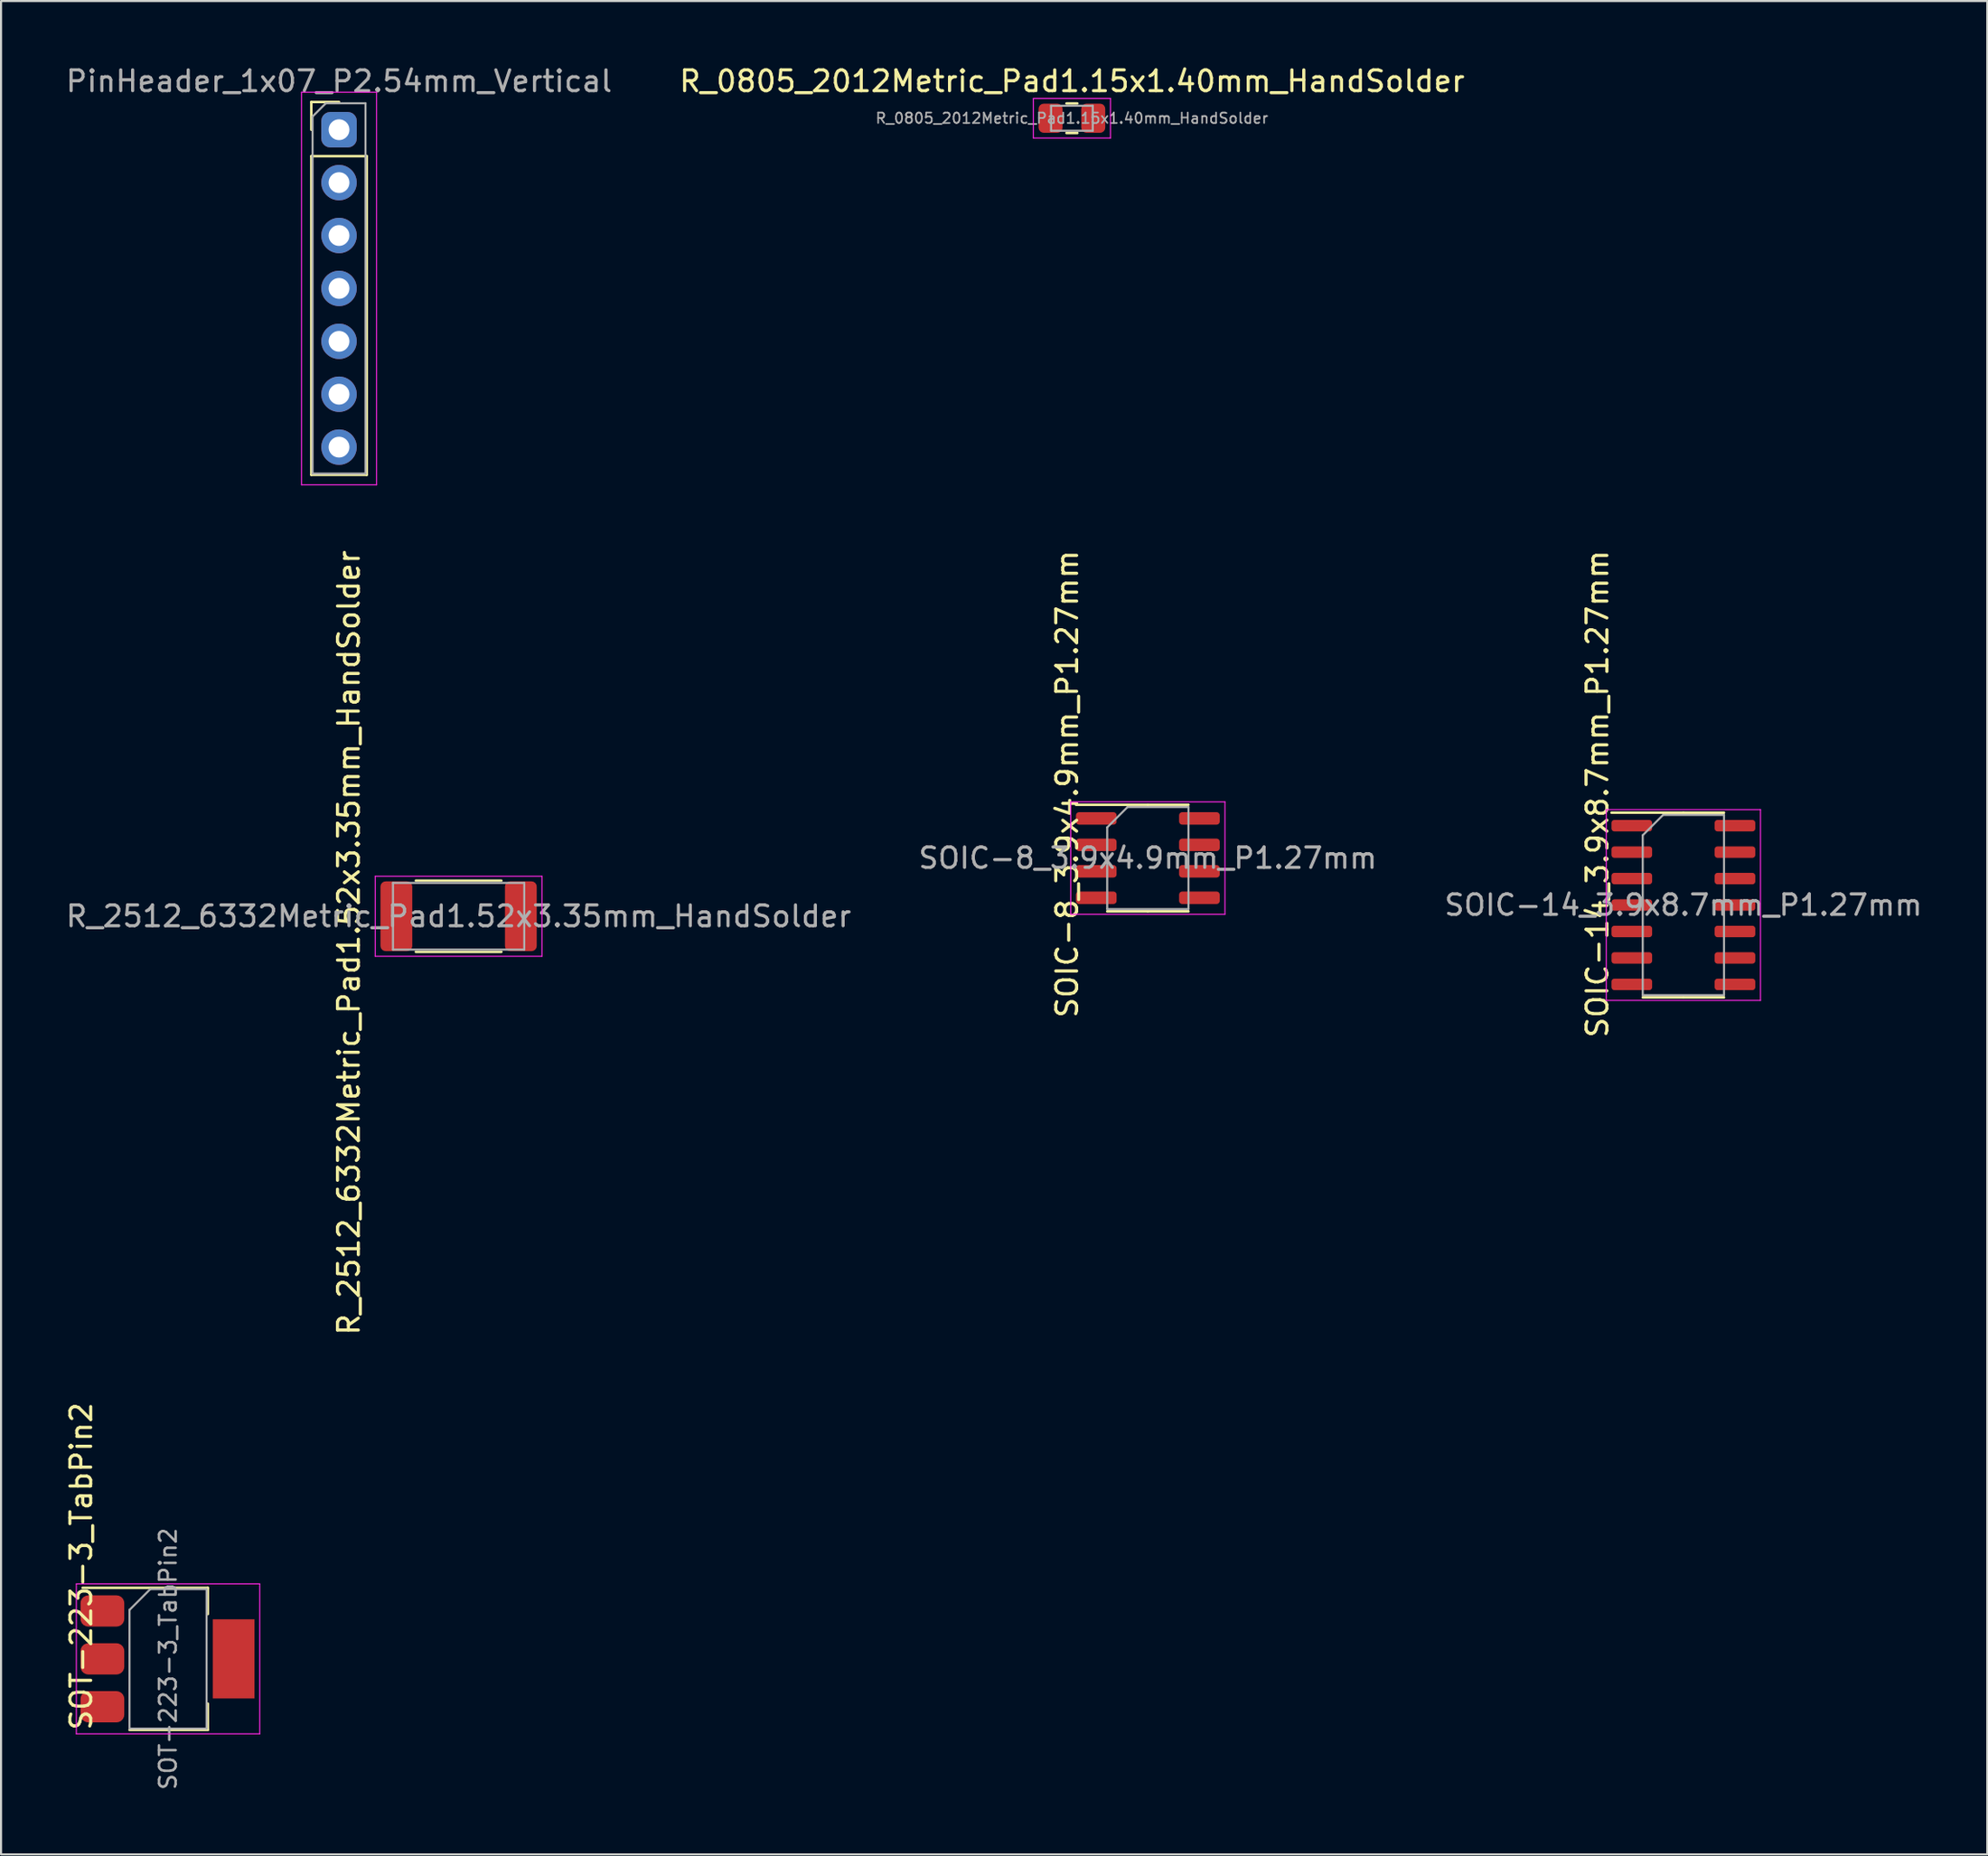
<source format=kicad_pcb>
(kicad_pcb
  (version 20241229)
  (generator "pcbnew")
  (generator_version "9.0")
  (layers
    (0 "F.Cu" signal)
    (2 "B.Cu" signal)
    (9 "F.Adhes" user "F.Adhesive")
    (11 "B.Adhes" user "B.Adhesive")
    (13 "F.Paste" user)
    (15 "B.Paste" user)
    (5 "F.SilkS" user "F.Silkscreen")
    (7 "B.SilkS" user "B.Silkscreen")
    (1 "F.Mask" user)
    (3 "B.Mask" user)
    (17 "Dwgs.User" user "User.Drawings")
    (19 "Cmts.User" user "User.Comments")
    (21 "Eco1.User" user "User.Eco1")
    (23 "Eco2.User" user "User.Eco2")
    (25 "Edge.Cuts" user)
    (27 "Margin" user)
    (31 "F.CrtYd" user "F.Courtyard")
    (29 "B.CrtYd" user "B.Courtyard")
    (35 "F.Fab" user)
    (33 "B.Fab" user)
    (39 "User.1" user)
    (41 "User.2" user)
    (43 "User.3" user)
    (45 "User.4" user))
  (footprint "SOIC-14_3.9x8.7mm_P1.27mm"
    (layer "F.Cu")
    (at 77.734 40.403)
    (property "Reference" "SOIC-14_3.9x8.7mm_P1.27mm" (at -4.126 -5.334 90) (layer "F.SilkS") (effects (font (size 1 1) (thickness 0.15))))
    (attr smd)
    (fp_line (start 0 -4.435) (end -3.45 -4.435) (stroke (width 0.12) (type solid)) (layer "F.SilkS"))
    (fp_line (start 0 -4.435) (end 1.95 -4.435) (stroke (width 0.12) (type solid)) (layer "F.SilkS"))
    (fp_line (start 0 4.435) (end -1.95 4.435) (stroke (width 0.12) (type solid)) (layer "F.SilkS"))
    (fp_line (start 0 4.435) (end 1.95 4.435) (stroke (width 0.12) (type solid)) (layer "F.SilkS"))
    (fp_line (start -3.7 -4.58) (end -3.7 4.58) (stroke (width 0.05) (type solid)) (layer "F.CrtYd"))
    (fp_line (start -3.7 4.58) (end 3.7 4.58) (stroke (width 0.05) (type solid)) (layer "F.CrtYd"))
    (fp_line (start 3.7 -4.58) (end -3.7 -4.58) (stroke (width 0.05) (type solid)) (layer "F.CrtYd"))
    (fp_line (start 3.7 4.58) (end 3.7 -4.58) (stroke (width 0.05) (type solid)) (layer "F.CrtYd"))
    (fp_line (start -1.95 -3.35) (end -0.975 -4.325) (stroke (width 0.1) (type solid)) (layer "F.Fab"))
    (fp_line (start -1.95 4.325) (end -1.95 -3.35) (stroke (width 0.1) (type solid)) (layer "F.Fab"))
    (fp_line (start -0.975 -4.325) (end 1.95 -4.325) (stroke (width 0.1) (type solid)) (layer "F.Fab"))
    (fp_line (start 1.95 -4.325) (end 1.95 4.325) (stroke (width 0.1) (type solid)) (layer "F.Fab"))
    (fp_line (start 1.95 4.325) (end -1.95 4.325) (stroke (width 0.1) (type solid)) (layer "F.Fab"))
    (fp_text user "${REFERENCE}" (at 0 0 0) (layer "F.Fab") (effects (font (size 0.98 0.98) (thickness 0.15))))
    (pad "1" smd roundrect (at -2.475 -3.81) (size 1.95 0.55) (layers "F.Cu" "F.Mask" "F.Paste") (roundrect_rratio 0.25))
    (pad "2" smd roundrect (at -2.475 -2.54) (size 1.95 0.55) (layers "F.Cu" "F.Mask" "F.Paste") (roundrect_rratio 0.25))
    (pad "3" smd roundrect (at -2.475 -1.27) (size 1.95 0.55) (layers "F.Cu" "F.Mask" "F.Paste") (roundrect_rratio 0.25))
    (pad "4" smd roundrect (at -2.475 0) (size 1.95 0.55) (layers "F.Cu" "F.Mask" "F.Paste") (roundrect_rratio 0.25))
    (pad "5" smd roundrect (at -2.475 1.27) (size 1.95 0.55) (layers "F.Cu" "F.Mask" "F.Paste") (roundrect_rratio 0.25))
    (pad "6" smd roundrect (at -2.475 2.54) (size 1.95 0.55) (layers "F.Cu" "F.Mask" "F.Paste") (roundrect_rratio 0.25))
    (pad "7" smd roundrect (at -2.475 3.81) (size 1.95 0.55) (layers "F.Cu" "F.Mask" "F.Paste") (roundrect_rratio 0.25))
    (pad "8" smd roundrect (at 2.475 3.81) (size 1.95 0.55) (layers "F.Cu" "F.Mask" "F.Paste") (roundrect_rratio 0.25))
    (pad "9" smd roundrect (at 2.475 2.54) (size 1.95 0.55) (layers "F.Cu" "F.Mask" "F.Paste") (roundrect_rratio 0.25))
    (pad "10" smd roundrect (at 2.475 1.27) (size 1.95 0.55) (layers "F.Cu" "F.Mask" "F.Paste") (roundrect_rratio 0.25))
    (pad "11" smd roundrect (at 2.475 0) (size 1.95 0.55) (layers "F.Cu" "F.Mask" "F.Paste") (roundrect_rratio 0.25))
    (pad "12" smd roundrect (at 2.475 -1.27) (size 1.95 0.55) (layers "F.Cu" "F.Mask" "F.Paste") (roundrect_rratio 0.25))
    (pad "13" smd roundrect (at 2.475 -2.54) (size 1.95 0.55) (layers "F.Cu" "F.Mask" "F.Paste") (roundrect_rratio 0.25))
    (pad "14" smd roundrect (at 2.475 -3.81) (size 1.95 0.55) (layers "F.Cu" "F.Mask" "F.Paste") (roundrect_rratio 0.25)))
  (footprint "R_0805_2012Metric_Pad1.15x1.40mm_HandSolder"
    (layer "F.Cu")
    (at 48.39 2.626)
    (property "Reference" "R_0805_2012Metric_Pad1.15x1.40mm_HandSolder" (at 0.009 -1.778 0) (layer "F.SilkS") (effects (font (size 1 1) (thickness 0.15))))
    (attr smd)
    (fp_line (start -0.261 -0.71) (end 0.261 -0.71) (stroke (width 0.12) (type solid)) (layer "F.SilkS"))
    (fp_line (start -0.261 0.71) (end 0.261 0.71) (stroke (width 0.12) (type solid)) (layer "F.SilkS"))
    (fp_line (start -1.85 -0.95) (end 1.85 -0.95) (stroke (width 0.05) (type solid)) (layer "F.CrtYd"))
    (fp_line (start -1.85 0.95) (end -1.85 -0.95) (stroke (width 0.05) (type solid)) (layer "F.CrtYd"))
    (fp_line (start 1.85 -0.95) (end 1.85 0.95) (stroke (width 0.05) (type solid)) (layer "F.CrtYd"))
    (fp_line (start 1.85 0.95) (end -1.85 0.95) (stroke (width 0.05) (type solid)) (layer "F.CrtYd"))
    (fp_line (start -1 -0.6) (end 1 -0.6) (stroke (width 0.1) (type solid)) (layer "F.Fab"))
    (fp_line (start -1 0.6) (end -1 -0.6) (stroke (width 0.1) (type solid)) (layer "F.Fab"))
    (fp_line (start 1 -0.6) (end 1 0.6) (stroke (width 0.1) (type solid)) (layer "F.Fab"))
    (fp_line (start 1 0.6) (end -1 0.6) (stroke (width 0.1) (type solid)) (layer "F.Fab"))
    (fp_text user "${REFERENCE}" (at 0 0 0) (layer "F.Fab") (effects (font (size 0.5 0.5) (thickness 0.08))))
    (pad "1" smd roundrect (at -1.025 0) (size 1.15 1.4) (layers "F.Cu" "F.Mask" "F.Paste") (roundrect_rratio 0.217))
    (pad "2" smd roundrect (at 1.025 0) (size 1.15 1.4) (layers "F.Cu" "F.Mask" "F.Paste") (roundrect_rratio 0.217)))
  (footprint "R_2512_6332Metric_Pad1.52x3.35mm_HandSolder"
    (layer "F.Cu")
    (at 18.958 40.942)
    (property "Reference" "R_2512_6332Metric_Pad1.52x3.35mm_HandSolder" (at -5.268 1.27 270) (layer "F.SilkS") (effects (font (size 1 1) (thickness 0.15))))
    (attr smd)
    (fp_line (start -2.052 -1.71) (end 2.052 -1.71) (stroke (width 0.12) (type solid)) (layer "F.SilkS"))
    (fp_line (start -2.052 1.71) (end 2.052 1.71) (stroke (width 0.12) (type solid)) (layer "F.SilkS"))
    (fp_line (start -4 -1.92) (end 4 -1.92) (stroke (width 0.05) (type solid)) (layer "F.CrtYd"))
    (fp_line (start -4 1.92) (end -4 -1.92) (stroke (width 0.05) (type solid)) (layer "F.CrtYd"))
    (fp_line (start 4 -1.92) (end 4 1.92) (stroke (width 0.05) (type solid)) (layer "F.CrtYd"))
    (fp_line (start 4 1.92) (end -4 1.92) (stroke (width 0.05) (type solid)) (layer "F.CrtYd"))
    (fp_line (start -3.15 -1.6) (end 3.15 -1.6) (stroke (width 0.1) (type solid)) (layer "F.Fab"))
    (fp_line (start -3.15 1.6) (end -3.15 -1.6) (stroke (width 0.1) (type solid)) (layer "F.Fab"))
    (fp_line (start 3.15 -1.6) (end 3.15 1.6) (stroke (width 0.1) (type solid)) (layer "F.Fab"))
    (fp_line (start 3.15 1.6) (end -3.15 1.6) (stroke (width 0.1) (type solid)) (layer "F.Fab"))
    (fp_text user "${REFERENCE}" (at 0 0 0) (layer "F.Fab") (effects (font (size 1 1) (thickness 0.15))))
    (pad "1" smd roundrect (at -2.987 0) (size 1.525 3.35) (layers "F.Cu" "F.Mask" "F.Paste") (roundrect_rratio 0.164))
    (pad "2" smd roundrect (at 2.987 0) (size 1.525 3.35) (layers "F.Cu" "F.Mask" "F.Paste") (roundrect_rratio 0.164)))
  (footprint "PinHeader_1x07_P2.54mm_Vertical"
    (layer "F.Cu")
    (at 13.22 3.178)
    (property "Reference" "PinHeader_1x07_P2.54mm_Vertical" (at 0 -2.33 180) (layer "F.Fab") (effects (font (size 1 1) (thickness 0.15))))
    (attr through_hole)
    (fp_line (start -1.33 -1.33) (end 0 -1.33) (stroke (width 0.12) (type solid)) (layer "F.SilkS"))
    (fp_line (start -1.33 0) (end -1.33 -1.33) (stroke (width 0.12) (type solid)) (layer "F.SilkS"))
    (fp_line (start -1.33 1.27) (end -1.33 16.57) (stroke (width 0.12) (type solid)) (layer "F.SilkS"))
    (fp_line (start -1.33 1.27) (end 1.33 1.27) (stroke (width 0.12) (type solid)) (layer "F.SilkS"))
    (fp_line (start -1.33 16.57) (end 1.33 16.57) (stroke (width 0.12) (type solid)) (layer "F.SilkS"))
    (fp_line (start 1.33 1.27) (end 1.33 16.57) (stroke (width 0.12) (type solid)) (layer "F.SilkS"))
    (fp_line (start -1.8 -1.8) (end -1.8 17.05) (stroke (width 0.05) (type solid)) (layer "F.CrtYd"))
    (fp_line (start -1.8 17.05) (end 1.8 17.05) (stroke (width 0.05) (type solid)) (layer "F.CrtYd"))
    (fp_line (start 1.8 -1.8) (end -1.8 -1.8) (stroke (width 0.05) (type solid)) (layer "F.CrtYd"))
    (fp_line (start 1.8 17.05) (end 1.8 -1.8) (stroke (width 0.05) (type solid)) (layer "F.CrtYd"))
    (fp_line (start -1.27 -0.635) (end -0.635 -1.27) (stroke (width 0.1) (type solid)) (layer "F.Fab"))
    (fp_line (start -1.27 16.51) (end -1.27 -0.635) (stroke (width 0.1) (type solid)) (layer "F.Fab"))
    (fp_line (start -0.635 -1.27) (end 1.27 -1.27) (stroke (width 0.1) (type solid)) (layer "F.Fab"))
    (fp_line (start 1.27 -1.27) (end 1.27 16.51) (stroke (width 0.1) (type solid)) (layer "F.Fab"))
    (fp_line (start 1.27 16.51) (end -1.27 16.51) (stroke (width 0.1) (type solid)) (layer "F.Fab"))
    (pad "1" thru_hole roundrect (at 0 0) (size 1.7 1.7) (drill 1) (layers "*.Cu" "*.Mask") (roundrect_rratio 0.25))
    (pad "2" thru_hole oval (at 0 2.54) (size 1.7 1.7) (drill 1) (layers "*.Cu" "*.Mask"))
    (pad "3" thru_hole oval (at 0 5.08) (size 1.7 1.7) (drill 1) (layers "*.Cu" "*.Mask"))
    (pad "4" thru_hole oval (at 0 7.62) (size 1.7 1.7) (drill 1) (layers "*.Cu" "*.Mask"))
    (pad "5" thru_hole oval (at 0 10.16) (size 1.7 1.7) (drill 1) (layers "*.Cu" "*.Mask"))
    (pad "6" thru_hole oval (at 0 12.7) (size 1.7 1.7) (drill 1) (layers "*.Cu" "*.Mask"))
    (pad "7" thru_hole oval (at 0 15.24) (size 1.7 1.7) (drill 1) (layers "*.Cu" "*.Mask")))
  (footprint "SOIC-8_3.9x4.9mm_P1.27mm"
    (layer "F.Cu")
    (at 52.034 38.149)
    (property "Reference" "SOIC-8_3.9x4.9mm_P1.27mm" (at -3.872 -3.556 90) (layer "F.SilkS") (effects (font (size 1 1) (thickness 0.15))))
    (attr smd)
    (fp_line (start 0 -2.56) (end -3.45 -2.56) (stroke (width 0.12) (type solid)) (layer "F.SilkS"))
    (fp_line (start 0 -2.56) (end 1.95 -2.56) (stroke (width 0.12) (type solid)) (layer "F.SilkS"))
    (fp_line (start 0 2.56) (end -1.95 2.56) (stroke (width 0.12) (type solid)) (layer "F.SilkS"))
    (fp_line (start 0 2.56) (end 1.95 2.56) (stroke (width 0.12) (type solid)) (layer "F.SilkS"))
    (fp_line (start -3.7 -2.7) (end -3.7 2.7) (stroke (width 0.05) (type solid)) (layer "F.CrtYd"))
    (fp_line (start -3.7 2.7) (end 3.7 2.7) (stroke (width 0.05) (type solid)) (layer "F.CrtYd"))
    (fp_line (start 3.7 -2.7) (end -3.7 -2.7) (stroke (width 0.05) (type solid)) (layer "F.CrtYd"))
    (fp_line (start 3.7 2.7) (end 3.7 -2.7) (stroke (width 0.05) (type solid)) (layer "F.CrtYd"))
    (fp_line (start -1.95 -1.475) (end -0.975 -2.45) (stroke (width 0.1) (type solid)) (layer "F.Fab"))
    (fp_line (start -1.95 2.45) (end -1.95 -1.475) (stroke (width 0.1) (type solid)) (layer "F.Fab"))
    (fp_line (start -0.975 -2.45) (end 1.95 -2.45) (stroke (width 0.1) (type solid)) (layer "F.Fab"))
    (fp_line (start 1.95 -2.45) (end 1.95 2.45) (stroke (width 0.1) (type solid)) (layer "F.Fab"))
    (fp_line (start 1.95 2.45) (end -1.95 2.45) (stroke (width 0.1) (type solid)) (layer "F.Fab"))
    (fp_text user "${REFERENCE}" (at 0 0 0) (layer "F.Fab") (effects (font (size 0.98 0.98) (thickness 0.15))))
    (pad "1" smd roundrect (at -2.475 -1.905) (size 1.95 0.6) (layers "F.Cu" "F.Mask" "F.Paste") (roundrect_rratio 0.25))
    (pad "2" smd roundrect (at -2.475 -0.635) (size 1.95 0.6) (layers "F.Cu" "F.Mask" "F.Paste") (roundrect_rratio 0.25))
    (pad "3" smd roundrect (at -2.475 0.635) (size 1.95 0.6) (layers "F.Cu" "F.Mask" "F.Paste") (roundrect_rratio 0.25))
    (pad "4" smd roundrect (at -2.475 1.905) (size 1.95 0.6) (layers "F.Cu" "F.Mask" "F.Paste") (roundrect_rratio 0.25))
    (pad "5" smd roundrect (at 2.475 1.905) (size 1.95 0.6) (layers "F.Cu" "F.Mask" "F.Paste") (roundrect_rratio 0.25))
    (pad "6" smd roundrect (at 2.475 0.635) (size 1.95 0.6) (layers "F.Cu" "F.Mask" "F.Paste") (roundrect_rratio 0.25))
    (pad "7" smd roundrect (at 2.475 -0.635) (size 1.95 0.6) (layers "F.Cu" "F.Mask" "F.Paste") (roundrect_rratio 0.25))
    (pad "8" smd roundrect (at 2.475 -1.905) (size 1.95 0.6) (layers "F.Cu" "F.Mask" "F.Paste") (roundrect_rratio 0.25)))
  (footprint "SOT-223-3_TabPin2"
    (layer "F.Cu")
    (at 5.014 76.597)
    (property "Reference" "SOT-223-3_TabPin2" (at -4.166 -4.445 90) (layer "F.SilkS") (effects (font (size 1 1) (thickness 0.15))))
    (attr smd)
    (fp_line (start -4.1 -3.41) (end 1.91 -3.41) (stroke (width 0.12) (type solid)) (layer "F.SilkS"))
    (fp_line (start -1.85 3.41) (end 1.91 3.41) (stroke (width 0.12) (type solid)) (layer "F.SilkS"))
    (fp_line (start 1.91 -3.41) (end 1.91 -2.15) (stroke (width 0.12) (type solid)) (layer "F.SilkS"))
    (fp_line (start 1.91 3.41) (end 1.91 2.15) (stroke (width 0.12) (type solid)) (layer "F.SilkS"))
    (fp_line (start -4.4 -3.6) (end -4.4 3.6) (stroke (width 0.05) (type solid)) (layer "F.CrtYd"))
    (fp_line (start -4.4 3.6) (end 4.4 3.6) (stroke (width 0.05) (type solid)) (layer "F.CrtYd"))
    (fp_line (start 4.4 -3.6) (end -4.4 -3.6) (stroke (width 0.05) (type solid)) (layer "F.CrtYd"))
    (fp_line (start 4.4 3.6) (end 4.4 -3.6) (stroke (width 0.05) (type solid)) (layer "F.CrtYd"))
    (fp_line (start -1.85 -2.35) (end -1.85 3.35) (stroke (width 0.1) (type solid)) (layer "F.Fab"))
    (fp_line (start -1.85 -2.35) (end -0.85 -3.35) (stroke (width 0.1) (type solid)) (layer "F.Fab"))
    (fp_line (start -1.85 3.35) (end 1.85 3.35) (stroke (width 0.1) (type solid)) (layer "F.Fab"))
    (fp_line (start -0.85 -3.35) (end 1.85 -3.35) (stroke (width 0.1) (type solid)) (layer "F.Fab"))
    (fp_line (start 1.85 -3.35) (end 1.85 3.35) (stroke (width 0.1) (type solid)) (layer "F.Fab"))
    (fp_text user "${REFERENCE}" (at 0 0 270) (layer "F.Fab") (effects (font (size 0.8 0.8) (thickness 0.12))))
    (pad "1" smd roundrect (at -3.15 -2.3) (size 2.1 1.5) (layers "F.Cu" "F.Mask" "F.Paste") (roundrect_rratio 0.25))
    (pad "2" smd roundrect (at -3.15 0) (size 2.1 1.5) (layers "F.Cu" "F.Mask" "F.Paste") (roundrect_rratio 0.25))
    (pad "2" smd rect (at 3.15 0) (size 2 3.8) (layers "F.Cu" "F.Mask" "F.Paste"))
    (pad "3" smd roundrect (at -3.15 2.3) (size 2.1 1.5) (layers "F.Cu" "F.Mask" "F.Paste") (roundrect_rratio 0.25)))
  (gr_rect
    (start -3 -3)
    (end 92.318 85.983)
    (stroke (width 0.1) (type default))
    (fill no)
    (layer "Edge.Cuts")))
</source>
